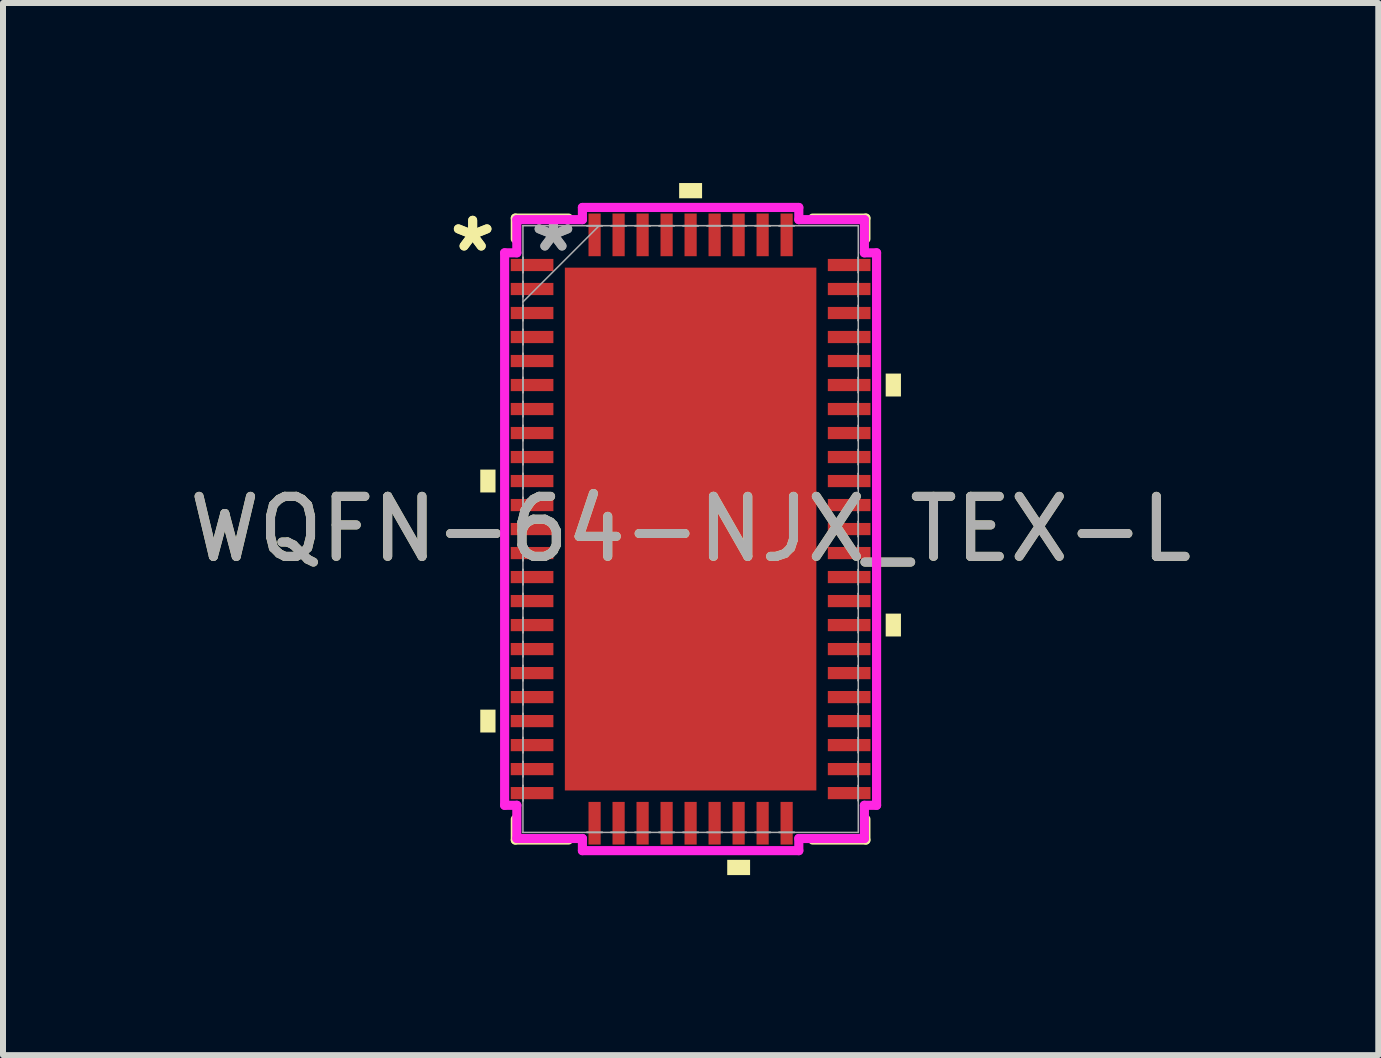
<source format=kicad_pcb>
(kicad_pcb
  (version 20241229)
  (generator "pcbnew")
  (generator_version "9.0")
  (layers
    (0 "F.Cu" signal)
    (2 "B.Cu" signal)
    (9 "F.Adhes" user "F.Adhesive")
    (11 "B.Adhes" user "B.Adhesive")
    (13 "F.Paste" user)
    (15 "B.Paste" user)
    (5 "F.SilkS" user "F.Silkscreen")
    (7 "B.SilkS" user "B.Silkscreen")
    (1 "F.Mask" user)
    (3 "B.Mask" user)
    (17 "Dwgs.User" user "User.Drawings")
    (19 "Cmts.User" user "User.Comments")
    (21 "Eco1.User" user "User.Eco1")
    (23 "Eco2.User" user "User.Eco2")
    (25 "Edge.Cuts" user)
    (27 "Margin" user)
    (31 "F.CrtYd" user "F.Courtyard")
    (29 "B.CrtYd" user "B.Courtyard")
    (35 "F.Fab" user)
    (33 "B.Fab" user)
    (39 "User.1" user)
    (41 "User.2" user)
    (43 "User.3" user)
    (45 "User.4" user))
  (footprint "WQFN-64-NJX_TEX-L"
    (layer "F.Cu")
    (at 8.458 5.766)
    (property "Reference" "WQFN-64-NJX_TEX-L" (at 0 0 0) (unlocked yes) (layer "F.SilkS") (effects (font (size 1 1) (thickness 0.15))))
    (attr smd)
    (fp_line (start -2.921 -5.182) (end -2.921 -4.834) (stroke (width 0.152) (type solid)) (layer "F.SilkS"))
    (fp_line (start -2.921 4.834) (end -2.921 5.182) (stroke (width 0.152) (type solid)) (layer "F.SilkS"))
    (fp_line (start -2.921 5.182) (end -2.034 5.182) (stroke (width 0.152) (type solid)) (layer "F.SilkS"))
    (fp_line (start -2.034 -5.182) (end -2.921 -5.182) (stroke (width 0.152) (type solid)) (layer "F.SilkS"))
    (fp_line (start 2.034 5.182) (end 2.921 5.182) (stroke (width 0.152) (type solid)) (layer "F.SilkS"))
    (fp_line (start 2.921 -5.182) (end 2.034 -5.182) (stroke (width 0.152) (type solid)) (layer "F.SilkS"))
    (fp_line (start 2.921 -4.834) (end 2.921 -5.182) (stroke (width 0.152) (type solid)) (layer "F.SilkS"))
    (fp_line (start 2.921 5.182) (end 2.921 4.834) (stroke (width 0.152) (type solid)) (layer "F.SilkS"))
    (fp_poly (pts (xy -3.505 -0.991) (xy -3.505 -0.61) (xy -3.251 -0.61) (xy -3.251 -0.991)) (stroke (width 0) (type solid)) (fill yes) (layer "F.SilkS"))
    (fp_poly (pts (xy -3.505 3.009) (xy -3.505 3.39) (xy -3.251 3.39) (xy -3.251 3.009)) (stroke (width 0) (type solid)) (fill yes) (layer "F.SilkS"))
    (fp_poly (pts (xy -0.191 -5.512) (xy -0.191 -5.766) (xy 0.191 -5.766) (xy 0.191 -5.512)) (stroke (width 0) (type solid)) (fill yes) (layer "F.SilkS"))
    (fp_poly (pts (xy 0.61 5.512) (xy 0.61 5.766) (xy 0.991 5.766) (xy 0.991 5.512)) (stroke (width 0) (type solid)) (fill yes) (layer "F.SilkS"))
    (fp_poly (pts (xy 3.505 -2.591) (xy 3.505 -2.209) (xy 3.251 -2.209) (xy 3.251 -2.591)) (stroke (width 0) (type solid)) (fill yes) (layer "F.SilkS"))
    (fp_poly (pts (xy 3.505 1.409) (xy 3.505 1.79) (xy 3.251 1.79) (xy 3.251 1.409)) (stroke (width 0) (type solid)) (fill yes) (layer "F.SilkS"))
    (fp_poly (pts (xy -1.996 -4.256) (xy -1.996 -3.004) (xy -0.798 -3.004) (xy -0.798 -4.256)) (stroke (width 0) (type solid)) (fill yes) (layer "F.Paste"))
    (fp_poly (pts (xy -1.996 -2.804) (xy -1.996 -1.552) (xy -0.798 -1.552) (xy -0.798 -2.804)) (stroke (width 0) (type solid)) (fill yes) (layer "F.Paste"))
    (fp_poly (pts (xy -1.996 -1.352) (xy -1.996 -0.1) (xy -0.798 -0.1) (xy -0.798 -1.352)) (stroke (width 0) (type solid)) (fill yes) (layer "F.Paste"))
    (fp_poly (pts (xy -1.996 0.1) (xy -1.996 1.352) (xy -0.798 1.352) (xy -0.798 0.1)) (stroke (width 0) (type solid)) (fill yes) (layer "F.Paste"))
    (fp_poly (pts (xy -1.996 1.552) (xy -1.996 2.804) (xy -0.798 2.804) (xy -0.798 1.552)) (stroke (width 0) (type solid)) (fill yes) (layer "F.Paste"))
    (fp_poly (pts (xy -1.996 3.004) (xy -1.996 4.256) (xy -0.798 4.256) (xy -0.798 3.004)) (stroke (width 0) (type solid)) (fill yes) (layer "F.Paste"))
    (fp_poly (pts (xy -0.599 -4.256) (xy -0.599 -3.004) (xy 0.599 -3.004) (xy 0.599 -4.256)) (stroke (width 0) (type solid)) (fill yes) (layer "F.Paste"))
    (fp_poly (pts (xy -0.599 -2.804) (xy -0.599 -1.552) (xy 0.599 -1.552) (xy 0.599 -2.804)) (stroke (width 0) (type solid)) (fill yes) (layer "F.Paste"))
    (fp_poly (pts (xy -0.599 -1.352) (xy -0.599 -0.1) (xy 0.599 -0.1) (xy 0.599 -1.352)) (stroke (width 0) (type solid)) (fill yes) (layer "F.Paste"))
    (fp_poly (pts (xy -0.599 0.1) (xy -0.599 1.352) (xy 0.599 1.352) (xy 0.599 0.1)) (stroke (width 0) (type solid)) (fill yes) (layer "F.Paste"))
    (fp_poly (pts (xy -0.599 1.552) (xy -0.599 2.804) (xy 0.599 2.804) (xy 0.599 1.552)) (stroke (width 0) (type solid)) (fill yes) (layer "F.Paste"))
    (fp_poly (pts (xy -0.599 3.004) (xy -0.599 4.256) (xy 0.599 4.256) (xy 0.599 3.004)) (stroke (width 0) (type solid)) (fill yes) (layer "F.Paste"))
    (fp_poly (pts (xy 0.798 -4.256) (xy 0.798 -3.004) (xy 1.996 -3.004) (xy 1.996 -4.256)) (stroke (width 0) (type solid)) (fill yes) (layer "F.Paste"))
    (fp_poly (pts (xy 0.798 -2.804) (xy 0.798 -1.552) (xy 1.996 -1.552) (xy 1.996 -2.804)) (stroke (width 0) (type solid)) (fill yes) (layer "F.Paste"))
    (fp_poly (pts (xy 0.798 -1.352) (xy 0.798 -0.1) (xy 1.996 -0.1) (xy 1.996 -1.352)) (stroke (width 0) (type solid)) (fill yes) (layer "F.Paste"))
    (fp_poly (pts (xy 0.798 0.1) (xy 0.798 1.352) (xy 1.996 1.352) (xy 1.996 0.1)) (stroke (width 0) (type solid)) (fill yes) (layer "F.Paste"))
    (fp_poly (pts (xy 0.798 1.552) (xy 0.798 2.804) (xy 1.996 2.804) (xy 1.996 1.552)) (stroke (width 0) (type solid)) (fill yes) (layer "F.Paste"))
    (fp_poly (pts (xy 0.798 3.004) (xy 0.798 4.256) (xy 1.996 4.256) (xy 1.996 3.004)) (stroke (width 0) (type solid)) (fill yes) (layer "F.Paste"))
    (fp_line (start -3.099 -4.603) (end -2.896 -4.603) (stroke (width 0.152) (type solid)) (layer "F.CrtYd"))
    (fp_line (start -3.099 4.603) (end -3.099 -4.603) (stroke (width 0.152) (type solid)) (layer "F.CrtYd"))
    (fp_line (start -2.896 -5.156) (end -1.803 -5.156) (stroke (width 0.152) (type solid)) (layer "F.CrtYd"))
    (fp_line (start -2.896 -4.603) (end -2.896 -5.156) (stroke (width 0.152) (type solid)) (layer "F.CrtYd"))
    (fp_line (start -2.896 4.603) (end -3.099 4.603) (stroke (width 0.152) (type solid)) (layer "F.CrtYd"))
    (fp_line (start -2.896 5.156) (end -2.896 4.603) (stroke (width 0.152) (type solid)) (layer "F.CrtYd"))
    (fp_line (start -1.803 -5.359) (end 1.803 -5.359) (stroke (width 0.152) (type solid)) (layer "F.CrtYd"))
    (fp_line (start -1.803 -5.156) (end -1.803 -5.359) (stroke (width 0.152) (type solid)) (layer "F.CrtYd"))
    (fp_line (start -1.803 5.156) (end -2.896 5.156) (stroke (width 0.152) (type solid)) (layer "F.CrtYd"))
    (fp_line (start -1.803 5.359) (end -1.803 5.156) (stroke (width 0.152) (type solid)) (layer "F.CrtYd"))
    (fp_line (start 1.803 -5.359) (end 1.803 -5.156) (stroke (width 0.152) (type solid)) (layer "F.CrtYd"))
    (fp_line (start 1.803 -5.156) (end 2.896 -5.156) (stroke (width 0.152) (type solid)) (layer "F.CrtYd"))
    (fp_line (start 1.803 5.156) (end 1.803 5.359) (stroke (width 0.152) (type solid)) (layer "F.CrtYd"))
    (fp_line (start 1.803 5.359) (end -1.803 5.359) (stroke (width 0.152) (type solid)) (layer "F.CrtYd"))
    (fp_line (start 2.896 -5.156) (end 2.896 -4.603) (stroke (width 0.152) (type solid)) (layer "F.CrtYd"))
    (fp_line (start 2.896 -4.603) (end 3.099 -4.603) (stroke (width 0.152) (type solid)) (layer "F.CrtYd"))
    (fp_line (start 2.896 4.603) (end 2.896 5.156) (stroke (width 0.152) (type solid)) (layer "F.CrtYd"))
    (fp_line (start 2.896 5.156) (end 1.803 5.156) (stroke (width 0.152) (type solid)) (layer "F.CrtYd"))
    (fp_line (start 3.099 -4.603) (end 3.099 4.603) (stroke (width 0.152) (type solid)) (layer "F.CrtYd"))
    (fp_line (start 3.099 4.603) (end 2.896 4.603) (stroke (width 0.152) (type solid)) (layer "F.CrtYd"))
    (fp_line (start -2.794 -5.055) (end -2.794 -5.055) (stroke (width 0.025) (type solid)) (layer "F.Fab"))
    (fp_line (start -2.794 -5.055) (end -2.794 5.055) (stroke (width 0.025) (type solid)) (layer "F.Fab"))
    (fp_line (start -2.794 -4.527) (end -2.794 -4.527) (stroke (width 0.025) (type solid)) (layer "F.Fab"))
    (fp_line (start -2.794 -4.527) (end -2.794 -4.273) (stroke (width 0.025) (type solid)) (layer "F.Fab"))
    (fp_line (start -2.794 -4.273) (end -2.794 -4.527) (stroke (width 0.025) (type solid)) (layer "F.Fab"))
    (fp_line (start -2.794 -4.273) (end -2.794 -4.273) (stroke (width 0.025) (type solid)) (layer "F.Fab"))
    (fp_line (start -2.794 -4.127) (end -2.794 -4.127) (stroke (width 0.025) (type solid)) (layer "F.Fab"))
    (fp_line (start -2.794 -4.127) (end -2.794 -3.873) (stroke (width 0.025) (type solid)) (layer "F.Fab"))
    (fp_line (start -2.794 -3.873) (end -2.794 -4.127) (stroke (width 0.025) (type solid)) (layer "F.Fab"))
    (fp_line (start -2.794 -3.873) (end -2.794 -3.873) (stroke (width 0.025) (type solid)) (layer "F.Fab"))
    (fp_line (start -2.794 -3.785) (end -1.524 -5.055) (stroke (width 0.025) (type solid)) (layer "F.Fab"))
    (fp_line (start -2.794 -3.727) (end -2.794 -3.727) (stroke (width 0.025) (type solid)) (layer "F.Fab"))
    (fp_line (start -2.794 -3.727) (end -2.794 -3.473) (stroke (width 0.025) (type solid)) (layer "F.Fab"))
    (fp_line (start -2.794 -3.473) (end -2.794 -3.727) (stroke (width 0.025) (type solid)) (layer "F.Fab"))
    (fp_line (start -2.794 -3.473) (end -2.794 -3.473) (stroke (width 0.025) (type solid)) (layer "F.Fab"))
    (fp_line (start -2.794 -3.327) (end -2.794 -3.327) (stroke (width 0.025) (type solid)) (layer "F.Fab"))
    (fp_line (start -2.794 -3.327) (end -2.794 -3.073) (stroke (width 0.025) (type solid)) (layer "F.Fab"))
    (fp_line (start -2.794 -3.073) (end -2.794 -3.327) (stroke (width 0.025) (type solid)) (layer "F.Fab"))
    (fp_line (start -2.794 -3.073) (end -2.794 -3.073) (stroke (width 0.025) (type solid)) (layer "F.Fab"))
    (fp_line (start -2.794 -2.927) (end -2.794 -2.927) (stroke (width 0.025) (type solid)) (layer "F.Fab"))
    (fp_line (start -2.794 -2.927) (end -2.794 -2.673) (stroke (width 0.025) (type solid)) (layer "F.Fab"))
    (fp_line (start -2.794 -2.673) (end -2.794 -2.927) (stroke (width 0.025) (type solid)) (layer "F.Fab"))
    (fp_line (start -2.794 -2.673) (end -2.794 -2.673) (stroke (width 0.025) (type solid)) (layer "F.Fab"))
    (fp_line (start -2.794 -2.527) (end -2.794 -2.527) (stroke (width 0.025) (type solid)) (layer "F.Fab"))
    (fp_line (start -2.794 -2.527) (end -2.794 -2.273) (stroke (width 0.025) (type solid)) (layer "F.Fab"))
    (fp_line (start -2.794 -2.273) (end -2.794 -2.527) (stroke (width 0.025) (type solid)) (layer "F.Fab"))
    (fp_line (start -2.794 -2.273) (end -2.794 -2.273) (stroke (width 0.025) (type solid)) (layer "F.Fab"))
    (fp_line (start -2.794 -2.127) (end -2.794 -2.127) (stroke (width 0.025) (type solid)) (layer "F.Fab"))
    (fp_line (start -2.794 -2.127) (end -2.794 -1.873) (stroke (width 0.025) (type solid)) (layer "F.Fab"))
    (fp_line (start -2.794 -1.873) (end -2.794 -2.127) (stroke (width 0.025) (type solid)) (layer "F.Fab"))
    (fp_line (start -2.794 -1.873) (end -2.794 -1.873) (stroke (width 0.025) (type solid)) (layer "F.Fab"))
    (fp_line (start -2.794 -1.727) (end -2.794 -1.727) (stroke (width 0.025) (type solid)) (layer "F.Fab"))
    (fp_line (start -2.794 -1.727) (end -2.794 -1.473) (stroke (width 0.025) (type solid)) (layer "F.Fab"))
    (fp_line (start -2.794 -1.473) (end -2.794 -1.727) (stroke (width 0.025) (type solid)) (layer "F.Fab"))
    (fp_line (start -2.794 -1.473) (end -2.794 -1.473) (stroke (width 0.025) (type solid)) (layer "F.Fab"))
    (fp_line (start -2.794 -1.327) (end -2.794 -1.327) (stroke (width 0.025) (type solid)) (layer "F.Fab"))
    (fp_line (start -2.794 -1.327) (end -2.794 -1.073) (stroke (width 0.025) (type solid)) (layer "F.Fab"))
    (fp_line (start -2.794 -1.073) (end -2.794 -1.327) (stroke (width 0.025) (type solid)) (layer "F.Fab"))
    (fp_line (start -2.794 -1.073) (end -2.794 -1.073) (stroke (width 0.025) (type solid)) (layer "F.Fab"))
    (fp_line (start -2.794 -0.927) (end -2.794 -0.927) (stroke (width 0.025) (type solid)) (layer "F.Fab"))
    (fp_line (start -2.794 -0.927) (end -2.794 -0.673) (stroke (width 0.025) (type solid)) (layer "F.Fab"))
    (fp_line (start -2.794 -0.673) (end -2.794 -0.927) (stroke (width 0.025) (type solid)) (layer "F.Fab"))
    (fp_line (start -2.794 -0.673) (end -2.794 -0.673) (stroke (width 0.025) (type solid)) (layer "F.Fab"))
    (fp_line (start -2.794 -0.527) (end -2.794 -0.527) (stroke (width 0.025) (type solid)) (layer "F.Fab"))
    (fp_line (start -2.794 -0.527) (end -2.794 -0.273) (stroke (width 0.025) (type solid)) (layer "F.Fab"))
    (fp_line (start -2.794 -0.273) (end -2.794 -0.527) (stroke (width 0.025) (type solid)) (layer "F.Fab"))
    (fp_line (start -2.794 -0.273) (end -2.794 -0.273) (stroke (width 0.025) (type solid)) (layer "F.Fab"))
    (fp_line (start -2.794 -0.127) (end -2.794 -0.127) (stroke (width 0.025) (type solid)) (layer "F.Fab"))
    (fp_line (start -2.794 -0.127) (end -2.794 0.127) (stroke (width 0.025) (type solid)) (layer "F.Fab"))
    (fp_line (start -2.794 0.127) (end -2.794 -0.127) (stroke (width 0.025) (type solid)) (layer "F.Fab"))
    (fp_line (start -2.794 0.127) (end -2.794 0.127) (stroke (width 0.025) (type solid)) (layer "F.Fab"))
    (fp_line (start -2.794 0.273) (end -2.794 0.273) (stroke (width 0.025) (type solid)) (layer "F.Fab"))
    (fp_line (start -2.794 0.273) (end -2.794 0.527) (stroke (width 0.025) (type solid)) (layer "F.Fab"))
    (fp_line (start -2.794 0.527) (end -2.794 0.273) (stroke (width 0.025) (type solid)) (layer "F.Fab"))
    (fp_line (start -2.794 0.527) (end -2.794 0.527) (stroke (width 0.025) (type solid)) (layer "F.Fab"))
    (fp_line (start -2.794 0.673) (end -2.794 0.673) (stroke (width 0.025) (type solid)) (layer "F.Fab"))
    (fp_line (start -2.794 0.673) (end -2.794 0.927) (stroke (width 0.025) (type solid)) (layer "F.Fab"))
    (fp_line (start -2.794 0.927) (end -2.794 0.673) (stroke (width 0.025) (type solid)) (layer "F.Fab"))
    (fp_line (start -2.794 0.927) (end -2.794 0.927) (stroke (width 0.025) (type solid)) (layer "F.Fab"))
    (fp_line (start -2.794 1.073) (end -2.794 1.073) (stroke (width 0.025) (type solid)) (layer "F.Fab"))
    (fp_line (start -2.794 1.073) (end -2.794 1.327) (stroke (width 0.025) (type solid)) (layer "F.Fab"))
    (fp_line (start -2.794 1.327) (end -2.794 1.073) (stroke (width 0.025) (type solid)) (layer "F.Fab"))
    (fp_line (start -2.794 1.327) (end -2.794 1.327) (stroke (width 0.025) (type solid)) (layer "F.Fab"))
    (fp_line (start -2.794 1.473) (end -2.794 1.473) (stroke (width 0.025) (type solid)) (layer "F.Fab"))
    (fp_line (start -2.794 1.473) (end -2.794 1.727) (stroke (width 0.025) (type solid)) (layer "F.Fab"))
    (fp_line (start -2.794 1.727) (end -2.794 1.473) (stroke (width 0.025) (type solid)) (layer "F.Fab"))
    (fp_line (start -2.794 1.727) (end -2.794 1.727) (stroke (width 0.025) (type solid)) (layer "F.Fab"))
    (fp_line (start -2.794 1.873) (end -2.794 1.873) (stroke (width 0.025) (type solid)) (layer "F.Fab"))
    (fp_line (start -2.794 1.873) (end -2.794 2.127) (stroke (width 0.025) (type solid)) (layer "F.Fab"))
    (fp_line (start -2.794 2.127) (end -2.794 1.873) (stroke (width 0.025) (type solid)) (layer "F.Fab"))
    (fp_line (start -2.794 2.127) (end -2.794 2.127) (stroke (width 0.025) (type solid)) (layer "F.Fab"))
    (fp_line (start -2.794 2.273) (end -2.794 2.273) (stroke (width 0.025) (type solid)) (layer "F.Fab"))
    (fp_line (start -2.794 2.273) (end -2.794 2.527) (stroke (width 0.025) (type solid)) (layer "F.Fab"))
    (fp_line (start -2.794 2.527) (end -2.794 2.273) (stroke (width 0.025) (type solid)) (layer "F.Fab"))
    (fp_line (start -2.794 2.527) (end -2.794 2.527) (stroke (width 0.025) (type solid)) (layer "F.Fab"))
    (fp_line (start -2.794 2.673) (end -2.794 2.673) (stroke (width 0.025) (type solid)) (layer "F.Fab"))
    (fp_line (start -2.794 2.673) (end -2.794 2.927) (stroke (width 0.025) (type solid)) (layer "F.Fab"))
    (fp_line (start -2.794 2.927) (end -2.794 2.673) (stroke (width 0.025) (type solid)) (layer "F.Fab"))
    (fp_line (start -2.794 2.927) (end -2.794 2.927) (stroke (width 0.025) (type solid)) (layer "F.Fab"))
    (fp_line (start -2.794 3.073) (end -2.794 3.073) (stroke (width 0.025) (type solid)) (layer "F.Fab"))
    (fp_line (start -2.794 3.073) (end -2.794 3.327) (stroke (width 0.025) (type solid)) (layer "F.Fab"))
    (fp_line (start -2.794 3.327) (end -2.794 3.073) (stroke (width 0.025) (type solid)) (layer "F.Fab"))
    (fp_line (start -2.794 3.327) (end -2.794 3.327) (stroke (width 0.025) (type solid)) (layer "F.Fab"))
    (fp_line (start -2.794 3.473) (end -2.794 3.473) (stroke (width 0.025) (type solid)) (layer "F.Fab"))
    (fp_line (start -2.794 3.473) (end -2.794 3.727) (stroke (width 0.025) (type solid)) (layer "F.Fab"))
    (fp_line (start -2.794 3.727) (end -2.794 3.473) (stroke (width 0.025) (type solid)) (layer "F.Fab"))
    (fp_line (start -2.794 3.727) (end -2.794 3.727) (stroke (width 0.025) (type solid)) (layer "F.Fab"))
    (fp_line (start -2.794 3.873) (end -2.794 3.873) (stroke (width 0.025) (type solid)) (layer "F.Fab"))
    (fp_line (start -2.794 3.873) (end -2.794 4.127) (stroke (width 0.025) (type solid)) (layer "F.Fab"))
    (fp_line (start -2.794 4.127) (end -2.794 3.873) (stroke (width 0.025) (type solid)) (layer "F.Fab"))
    (fp_line (start -2.794 4.127) (end -2.794 4.127) (stroke (width 0.025) (type solid)) (layer "F.Fab"))
    (fp_line (start -2.794 4.273) (end -2.794 4.273) (stroke (width 0.025) (type solid)) (layer "F.Fab"))
    (fp_line (start -2.794 4.273) (end -2.794 4.527) (stroke (width 0.025) (type solid)) (layer "F.Fab"))
    (fp_line (start -2.794 4.527) (end -2.794 4.273) (stroke (width 0.025) (type solid)) (layer "F.Fab"))
    (fp_line (start -2.794 4.527) (end -2.794 4.527) (stroke (width 0.025) (type solid)) (layer "F.Fab"))
    (fp_line (start -2.794 5.055) (end -2.794 5.055) (stroke (width 0.025) (type solid)) (layer "F.Fab"))
    (fp_line (start -2.794 5.055) (end 2.794 5.055) (stroke (width 0.025) (type solid)) (layer "F.Fab"))
    (fp_line (start -1.727 -5.055) (end -1.727 -5.055) (stroke (width 0.025) (type solid)) (layer "F.Fab"))
    (fp_line (start -1.727 -5.055) (end -1.473 -5.055) (stroke (width 0.025) (type solid)) (layer "F.Fab"))
    (fp_line (start -1.727 5.055) (end -1.727 5.055) (stroke (width 0.025) (type solid)) (layer "F.Fab"))
    (fp_line (start -1.727 5.055) (end -1.473 5.055) (stroke (width 0.025) (type solid)) (layer "F.Fab"))
    (fp_line (start -1.473 -5.055) (end -1.727 -5.055) (stroke (width 0.025) (type solid)) (layer "F.Fab"))
    (fp_line (start -1.473 -5.055) (end -1.473 -5.055) (stroke (width 0.025) (type solid)) (layer "F.Fab"))
    (fp_line (start -1.473 5.055) (end -1.727 5.055) (stroke (width 0.025) (type solid)) (layer "F.Fab"))
    (fp_line (start -1.473 5.055) (end -1.473 5.055) (stroke (width 0.025) (type solid)) (layer "F.Fab"))
    (fp_line (start -1.327 -5.055) (end -1.327 -5.055) (stroke (width 0.025) (type solid)) (layer "F.Fab"))
    (fp_line (start -1.327 -5.055) (end -1.073 -5.055) (stroke (width 0.025) (type solid)) (layer "F.Fab"))
    (fp_line (start -1.327 5.055) (end -1.327 5.055) (stroke (width 0.025) (type solid)) (layer "F.Fab"))
    (fp_line (start -1.327 5.055) (end -1.073 5.055) (stroke (width 0.025) (type solid)) (layer "F.Fab"))
    (fp_line (start -1.073 -5.055) (end -1.327 -5.055) (stroke (width 0.025) (type solid)) (layer "F.Fab"))
    (fp_line (start -1.073 -5.055) (end -1.073 -5.055) (stroke (width 0.025) (type solid)) (layer "F.Fab"))
    (fp_line (start -1.073 5.055) (end -1.327 5.055) (stroke (width 0.025) (type solid)) (layer "F.Fab"))
    (fp_line (start -1.073 5.055) (end -1.073 5.055) (stroke (width 0.025) (type solid)) (layer "F.Fab"))
    (fp_line (start -0.927 -5.055) (end -0.927 -5.055) (stroke (width 0.025) (type solid)) (layer "F.Fab"))
    (fp_line (start -0.927 -5.055) (end -0.673 -5.055) (stroke (width 0.025) (type solid)) (layer "F.Fab"))
    (fp_line (start -0.927 5.055) (end -0.927 5.055) (stroke (width 0.025) (type solid)) (layer "F.Fab"))
    (fp_line (start -0.927 5.055) (end -0.673 5.055) (stroke (width 0.025) (type solid)) (layer "F.Fab"))
    (fp_line (start -0.673 -5.055) (end -0.927 -5.055) (stroke (width 0.025) (type solid)) (layer "F.Fab"))
    (fp_line (start -0.673 -5.055) (end -0.673 -5.055) (stroke (width 0.025) (type solid)) (layer "F.Fab"))
    (fp_line (start -0.673 5.055) (end -0.927 5.055) (stroke (width 0.025) (type solid)) (layer "F.Fab"))
    (fp_line (start -0.673 5.055) (end -0.673 5.055) (stroke (width 0.025) (type solid)) (layer "F.Fab"))
    (fp_line (start -0.527 -5.055) (end -0.527 -5.055) (stroke (width 0.025) (type solid)) (layer "F.Fab"))
    (fp_line (start -0.527 -5.055) (end -0.273 -5.055) (stroke (width 0.025) (type solid)) (layer "F.Fab"))
    (fp_line (start -0.527 5.055) (end -0.527 5.055) (stroke (width 0.025) (type solid)) (layer "F.Fab"))
    (fp_line (start -0.527 5.055) (end -0.273 5.055) (stroke (width 0.025) (type solid)) (layer "F.Fab"))
    (fp_line (start -0.273 -5.055) (end -0.527 -5.055) (stroke (width 0.025) (type solid)) (layer "F.Fab"))
    (fp_line (start -0.273 -5.055) (end -0.273 -5.055) (stroke (width 0.025) (type solid)) (layer "F.Fab"))
    (fp_line (start -0.273 5.055) (end -0.527 5.055) (stroke (width 0.025) (type solid)) (layer "F.Fab"))
    (fp_line (start -0.273 5.055) (end -0.273 5.055) (stroke (width 0.025) (type solid)) (layer "F.Fab"))
    (fp_line (start -0.127 -5.055) (end -0.127 -5.055) (stroke (width 0.025) (type solid)) (layer "F.Fab"))
    (fp_line (start -0.127 -5.055) (end 0.127 -5.055) (stroke (width 0.025) (type solid)) (layer "F.Fab"))
    (fp_line (start -0.127 5.055) (end -0.127 5.055) (stroke (width 0.025) (type solid)) (layer "F.Fab"))
    (fp_line (start -0.127 5.055) (end 0.127 5.055) (stroke (width 0.025) (type solid)) (layer "F.Fab"))
    (fp_line (start 0.127 -5.055) (end -0.127 -5.055) (stroke (width 0.025) (type solid)) (layer "F.Fab"))
    (fp_line (start 0.127 -5.055) (end 0.127 -5.055) (stroke (width 0.025) (type solid)) (layer "F.Fab"))
    (fp_line (start 0.127 5.055) (end -0.127 5.055) (stroke (width 0.025) (type solid)) (layer "F.Fab"))
    (fp_line (start 0.127 5.055) (end 0.127 5.055) (stroke (width 0.025) (type solid)) (layer "F.Fab"))
    (fp_line (start 0.273 -5.055) (end 0.273 -5.055) (stroke (width 0.025) (type solid)) (layer "F.Fab"))
    (fp_line (start 0.273 -5.055) (end 0.527 -5.055) (stroke (width 0.025) (type solid)) (layer "F.Fab"))
    (fp_line (start 0.273 5.055) (end 0.273 5.055) (stroke (width 0.025) (type solid)) (layer "F.Fab"))
    (fp_line (start 0.273 5.055) (end 0.527 5.055) (stroke (width 0.025) (type solid)) (layer "F.Fab"))
    (fp_line (start 0.527 -5.055) (end 0.273 -5.055) (stroke (width 0.025) (type solid)) (layer "F.Fab"))
    (fp_line (start 0.527 -5.055) (end 0.527 -5.055) (stroke (width 0.025) (type solid)) (layer "F.Fab"))
    (fp_line (start 0.527 5.055) (end 0.273 5.055) (stroke (width 0.025) (type solid)) (layer "F.Fab"))
    (fp_line (start 0.527 5.055) (end 0.527 5.055) (stroke (width 0.025) (type solid)) (layer "F.Fab"))
    (fp_line (start 0.673 -5.055) (end 0.673 -5.055) (stroke (width 0.025) (type solid)) (layer "F.Fab"))
    (fp_line (start 0.673 -5.055) (end 0.927 -5.055) (stroke (width 0.025) (type solid)) (layer "F.Fab"))
    (fp_line (start 0.673 5.055) (end 0.673 5.055) (stroke (width 0.025) (type solid)) (layer "F.Fab"))
    (fp_line (start 0.673 5.055) (end 0.927 5.055) (stroke (width 0.025) (type solid)) (layer "F.Fab"))
    (fp_line (start 0.927 -5.055) (end 0.673 -5.055) (stroke (width 0.025) (type solid)) (layer "F.Fab"))
    (fp_line (start 0.927 -5.055) (end 0.927 -5.055) (stroke (width 0.025) (type solid)) (layer "F.Fab"))
    (fp_line (start 0.927 5.055) (end 0.673 5.055) (stroke (width 0.025) (type solid)) (layer "F.Fab"))
    (fp_line (start 0.927 5.055) (end 0.927 5.055) (stroke (width 0.025) (type solid)) (layer "F.Fab"))
    (fp_line (start 1.073 -5.055) (end 1.073 -5.055) (stroke (width 0.025) (type solid)) (layer "F.Fab"))
    (fp_line (start 1.073 -5.055) (end 1.327 -5.055) (stroke (width 0.025) (type solid)) (layer "F.Fab"))
    (fp_line (start 1.073 5.055) (end 1.073 5.055) (stroke (width 0.025) (type solid)) (layer "F.Fab"))
    (fp_line (start 1.073 5.055) (end 1.327 5.055) (stroke (width 0.025) (type solid)) (layer "F.Fab"))
    (fp_line (start 1.327 -5.055) (end 1.073 -5.055) (stroke (width 0.025) (type solid)) (layer "F.Fab"))
    (fp_line (start 1.327 -5.055) (end 1.327 -5.055) (stroke (width 0.025) (type solid)) (layer "F.Fab"))
    (fp_line (start 1.327 5.055) (end 1.073 5.055) (stroke (width 0.025) (type solid)) (layer "F.Fab"))
    (fp_line (start 1.327 5.055) (end 1.327 5.055) (stroke (width 0.025) (type solid)) (layer "F.Fab"))
    (fp_line (start 1.473 -5.055) (end 1.473 -5.055) (stroke (width 0.025) (type solid)) (layer "F.Fab"))
    (fp_line (start 1.473 -5.055) (end 1.727 -5.055) (stroke (width 0.025) (type solid)) (layer "F.Fab"))
    (fp_line (start 1.473 5.055) (end 1.473 5.055) (stroke (width 0.025) (type solid)) (layer "F.Fab"))
    (fp_line (start 1.473 5.055) (end 1.727 5.055) (stroke (width 0.025) (type solid)) (layer "F.Fab"))
    (fp_line (start 1.727 -5.055) (end 1.473 -5.055) (stroke (width 0.025) (type solid)) (layer "F.Fab"))
    (fp_line (start 1.727 -5.055) (end 1.727 -5.055) (stroke (width 0.025) (type solid)) (layer "F.Fab"))
    (fp_line (start 1.727 5.055) (end 1.473 5.055) (stroke (width 0.025) (type solid)) (layer "F.Fab"))
    (fp_line (start 1.727 5.055) (end 1.727 5.055) (stroke (width 0.025) (type solid)) (layer "F.Fab"))
    (fp_line (start 2.794 -5.055) (end -2.794 -5.055) (stroke (width 0.025) (type solid)) (layer "F.Fab"))
    (fp_line (start 2.794 -5.055) (end 2.794 -5.055) (stroke (width 0.025) (type solid)) (layer "F.Fab"))
    (fp_line (start 2.794 -4.527) (end 2.794 -4.527) (stroke (width 0.025) (type solid)) (layer "F.Fab"))
    (fp_line (start 2.794 -4.527) (end 2.794 -4.273) (stroke (width 0.025) (type solid)) (layer "F.Fab"))
    (fp_line (start 2.794 -4.273) (end 2.794 -4.527) (stroke (width 0.025) (type solid)) (layer "F.Fab"))
    (fp_line (start 2.794 -4.273) (end 2.794 -4.273) (stroke (width 0.025) (type solid)) (layer "F.Fab"))
    (fp_line (start 2.794 -4.127) (end 2.794 -4.127) (stroke (width 0.025) (type solid)) (layer "F.Fab"))
    (fp_line (start 2.794 -4.127) (end 2.794 -3.873) (stroke (width 0.025) (type solid)) (layer "F.Fab"))
    (fp_line (start 2.794 -3.873) (end 2.794 -4.127) (stroke (width 0.025) (type solid)) (layer "F.Fab"))
    (fp_line (start 2.794 -3.873) (end 2.794 -3.873) (stroke (width 0.025) (type solid)) (layer "F.Fab"))
    (fp_line (start 2.794 -3.727) (end 2.794 -3.727) (stroke (width 0.025) (type solid)) (layer "F.Fab"))
    (fp_line (start 2.794 -3.727) (end 2.794 -3.473) (stroke (width 0.025) (type solid)) (layer "F.Fab"))
    (fp_line (start 2.794 -3.473) (end 2.794 -3.727) (stroke (width 0.025) (type solid)) (layer "F.Fab"))
    (fp_line (start 2.794 -3.473) (end 2.794 -3.473) (stroke (width 0.025) (type solid)) (layer "F.Fab"))
    (fp_line (start 2.794 -3.327) (end 2.794 -3.327) (stroke (width 0.025) (type solid)) (layer "F.Fab"))
    (fp_line (start 2.794 -3.327) (end 2.794 -3.073) (stroke (width 0.025) (type solid)) (layer "F.Fab"))
    (fp_line (start 2.794 -3.073) (end 2.794 -3.327) (stroke (width 0.025) (type solid)) (layer "F.Fab"))
    (fp_line (start 2.794 -3.073) (end 2.794 -3.073) (stroke (width 0.025) (type solid)) (layer "F.Fab"))
    (fp_line (start 2.794 -2.927) (end 2.794 -2.927) (stroke (width 0.025) (type solid)) (layer "F.Fab"))
    (fp_line (start 2.794 -2.927) (end 2.794 -2.673) (stroke (width 0.025) (type solid)) (layer "F.Fab"))
    (fp_line (start 2.794 -2.673) (end 2.794 -2.927) (stroke (width 0.025) (type solid)) (layer "F.Fab"))
    (fp_line (start 2.794 -2.673) (end 2.794 -2.673) (stroke (width 0.025) (type solid)) (layer "F.Fab"))
    (fp_line (start 2.794 -2.527) (end 2.794 -2.527) (stroke (width 0.025) (type solid)) (layer "F.Fab"))
    (fp_line (start 2.794 -2.527) (end 2.794 -2.273) (stroke (width 0.025) (type solid)) (layer "F.Fab"))
    (fp_line (start 2.794 -2.273) (end 2.794 -2.527) (stroke (width 0.025) (type solid)) (layer "F.Fab"))
    (fp_line (start 2.794 -2.273) (end 2.794 -2.273) (stroke (width 0.025) (type solid)) (layer "F.Fab"))
    (fp_line (start 2.794 -2.127) (end 2.794 -2.127) (stroke (width 0.025) (type solid)) (layer "F.Fab"))
    (fp_line (start 2.794 -2.127) (end 2.794 -1.873) (stroke (width 0.025) (type solid)) (layer "F.Fab"))
    (fp_line (start 2.794 -1.873) (end 2.794 -2.127) (stroke (width 0.025) (type solid)) (layer "F.Fab"))
    (fp_line (start 2.794 -1.873) (end 2.794 -1.873) (stroke (width 0.025) (type solid)) (layer "F.Fab"))
    (fp_line (start 2.794 -1.727) (end 2.794 -1.727) (stroke (width 0.025) (type solid)) (layer "F.Fab"))
    (fp_line (start 2.794 -1.727) (end 2.794 -1.473) (stroke (width 0.025) (type solid)) (layer "F.Fab"))
    (fp_line (start 2.794 -1.473) (end 2.794 -1.727) (stroke (width 0.025) (type solid)) (layer "F.Fab"))
    (fp_line (start 2.794 -1.473) (end 2.794 -1.473) (stroke (width 0.025) (type solid)) (layer "F.Fab"))
    (fp_line (start 2.794 -1.327) (end 2.794 -1.327) (stroke (width 0.025) (type solid)) (layer "F.Fab"))
    (fp_line (start 2.794 -1.327) (end 2.794 -1.073) (stroke (width 0.025) (type solid)) (layer "F.Fab"))
    (fp_line (start 2.794 -1.073) (end 2.794 -1.327) (stroke (width 0.025) (type solid)) (layer "F.Fab"))
    (fp_line (start 2.794 -1.073) (end 2.794 -1.073) (stroke (width 0.025) (type solid)) (layer "F.Fab"))
    (fp_line (start 2.794 -0.927) (end 2.794 -0.927) (stroke (width 0.025) (type solid)) (layer "F.Fab"))
    (fp_line (start 2.794 -0.927) (end 2.794 -0.673) (stroke (width 0.025) (type solid)) (layer "F.Fab"))
    (fp_line (start 2.794 -0.673) (end 2.794 -0.927) (stroke (width 0.025) (type solid)) (layer "F.Fab"))
    (fp_line (start 2.794 -0.673) (end 2.794 -0.673) (stroke (width 0.025) (type solid)) (layer "F.Fab"))
    (fp_line (start 2.794 -0.527) (end 2.794 -0.527) (stroke (width 0.025) (type solid)) (layer "F.Fab"))
    (fp_line (start 2.794 -0.527) (end 2.794 -0.273) (stroke (width 0.025) (type solid)) (layer "F.Fab"))
    (fp_line (start 2.794 -0.273) (end 2.794 -0.527) (stroke (width 0.025) (type solid)) (layer "F.Fab"))
    (fp_line (start 2.794 -0.273) (end 2.794 -0.273) (stroke (width 0.025) (type solid)) (layer "F.Fab"))
    (fp_line (start 2.794 -0.127) (end 2.794 -0.127) (stroke (width 0.025) (type solid)) (layer "F.Fab"))
    (fp_line (start 2.794 -0.127) (end 2.794 0.127) (stroke (width 0.025) (type solid)) (layer "F.Fab"))
    (fp_line (start 2.794 0.127) (end 2.794 -0.127) (stroke (width 0.025) (type solid)) (layer "F.Fab"))
    (fp_line (start 2.794 0.127) (end 2.794 0.127) (stroke (width 0.025) (type solid)) (layer "F.Fab"))
    (fp_line (start 2.794 0.273) (end 2.794 0.273) (stroke (width 0.025) (type solid)) (layer "F.Fab"))
    (fp_line (start 2.794 0.273) (end 2.794 0.527) (stroke (width 0.025) (type solid)) (layer "F.Fab"))
    (fp_line (start 2.794 0.527) (end 2.794 0.273) (stroke (width 0.025) (type solid)) (layer "F.Fab"))
    (fp_line (start 2.794 0.527) (end 2.794 0.527) (stroke (width 0.025) (type solid)) (layer "F.Fab"))
    (fp_line (start 2.794 0.673) (end 2.794 0.673) (stroke (width 0.025) (type solid)) (layer "F.Fab"))
    (fp_line (start 2.794 0.673) (end 2.794 0.927) (stroke (width 0.025) (type solid)) (layer "F.Fab"))
    (fp_line (start 2.794 0.927) (end 2.794 0.673) (stroke (width 0.025) (type solid)) (layer "F.Fab"))
    (fp_line (start 2.794 0.927) (end 2.794 0.927) (stroke (width 0.025) (type solid)) (layer "F.Fab"))
    (fp_line (start 2.794 1.073) (end 2.794 1.073) (stroke (width 0.025) (type solid)) (layer "F.Fab"))
    (fp_line (start 2.794 1.073) (end 2.794 1.327) (stroke (width 0.025) (type solid)) (layer "F.Fab"))
    (fp_line (start 2.794 1.327) (end 2.794 1.073) (stroke (width 0.025) (type solid)) (layer "F.Fab"))
    (fp_line (start 2.794 1.327) (end 2.794 1.327) (stroke (width 0.025) (type solid)) (layer "F.Fab"))
    (fp_line (start 2.794 1.473) (end 2.794 1.473) (stroke (width 0.025) (type solid)) (layer "F.Fab"))
    (fp_line (start 2.794 1.473) (end 2.794 1.727) (stroke (width 0.025) (type solid)) (layer "F.Fab"))
    (fp_line (start 2.794 1.727) (end 2.794 1.473) (stroke (width 0.025) (type solid)) (layer "F.Fab"))
    (fp_line (start 2.794 1.727) (end 2.794 1.727) (stroke (width 0.025) (type solid)) (layer "F.Fab"))
    (fp_line (start 2.794 1.873) (end 2.794 1.873) (stroke (width 0.025) (type solid)) (layer "F.Fab"))
    (fp_line (start 2.794 1.873) (end 2.794 2.127) (stroke (width 0.025) (type solid)) (layer "F.Fab"))
    (fp_line (start 2.794 2.127) (end 2.794 1.873) (stroke (width 0.025) (type solid)) (layer "F.Fab"))
    (fp_line (start 2.794 2.127) (end 2.794 2.127) (stroke (width 0.025) (type solid)) (layer "F.Fab"))
    (fp_line (start 2.794 2.273) (end 2.794 2.273) (stroke (width 0.025) (type solid)) (layer "F.Fab"))
    (fp_line (start 2.794 2.273) (end 2.794 2.527) (stroke (width 0.025) (type solid)) (layer "F.Fab"))
    (fp_line (start 2.794 2.527) (end 2.794 2.273) (stroke (width 0.025) (type solid)) (layer "F.Fab"))
    (fp_line (start 2.794 2.527) (end 2.794 2.527) (stroke (width 0.025) (type solid)) (layer "F.Fab"))
    (fp_line (start 2.794 2.673) (end 2.794 2.673) (stroke (width 0.025) (type solid)) (layer "F.Fab"))
    (fp_line (start 2.794 2.673) (end 2.794 2.927) (stroke (width 0.025) (type solid)) (layer "F.Fab"))
    (fp_line (start 2.794 2.927) (end 2.794 2.673) (stroke (width 0.025) (type solid)) (layer "F.Fab"))
    (fp_line (start 2.794 2.927) (end 2.794 2.927) (stroke (width 0.025) (type solid)) (layer "F.Fab"))
    (fp_line (start 2.794 3.073) (end 2.794 3.073) (stroke (width 0.025) (type solid)) (layer "F.Fab"))
    (fp_line (start 2.794 3.073) (end 2.794 3.327) (stroke (width 0.025) (type solid)) (layer "F.Fab"))
    (fp_line (start 2.794 3.327) (end 2.794 3.073) (stroke (width 0.025) (type solid)) (layer "F.Fab"))
    (fp_line (start 2.794 3.327) (end 2.794 3.327) (stroke (width 0.025) (type solid)) (layer "F.Fab"))
    (fp_line (start 2.794 3.473) (end 2.794 3.473) (stroke (width 0.025) (type solid)) (layer "F.Fab"))
    (fp_line (start 2.794 3.473) (end 2.794 3.727) (stroke (width 0.025) (type solid)) (layer "F.Fab"))
    (fp_line (start 2.794 3.727) (end 2.794 3.473) (stroke (width 0.025) (type solid)) (layer "F.Fab"))
    (fp_line (start 2.794 3.727) (end 2.794 3.727) (stroke (width 0.025) (type solid)) (layer "F.Fab"))
    (fp_line (start 2.794 3.873) (end 2.794 3.873) (stroke (width 0.025) (type solid)) (layer "F.Fab"))
    (fp_line (start 2.794 3.873) (end 2.794 4.127) (stroke (width 0.025) (type solid)) (layer "F.Fab"))
    (fp_line (start 2.794 4.127) (end 2.794 3.873) (stroke (width 0.025) (type solid)) (layer "F.Fab"))
    (fp_line (start 2.794 4.127) (end 2.794 4.127) (stroke (width 0.025) (type solid)) (layer "F.Fab"))
    (fp_line (start 2.794 4.273) (end 2.794 4.273) (stroke (width 0.025) (type solid)) (layer "F.Fab"))
    (fp_line (start 2.794 4.273) (end 2.794 4.527) (stroke (width 0.025) (type solid)) (layer "F.Fab"))
    (fp_line (start 2.794 4.527) (end 2.794 4.273) (stroke (width 0.025) (type solid)) (layer "F.Fab"))
    (fp_line (start 2.794 4.527) (end 2.794 4.527) (stroke (width 0.025) (type solid)) (layer "F.Fab"))
    (fp_line (start 2.794 5.055) (end 2.794 -5.055) (stroke (width 0.025) (type solid)) (layer "F.Fab"))
    (fp_line (start 2.794 5.055) (end 2.794 5.055) (stroke (width 0.025) (type solid)) (layer "F.Fab"))
    (fp_text user "*" (at -3.632 -4.6 0) (unlocked yes) (layer "F.SilkS") (effects (font (size 1 1) (thickness 0.15))))
    (fp_text user "*" (at -3.632 -4.6 0) (layer "F.SilkS") (effects (font (size 1 1) (thickness 0.15))))
    (fp_text user "*" (at -2.286 -4.6 0) (layer "F.Fab") (effects (font (size 1 1) (thickness 0.15))))
    (fp_text user "${REFERENCE}" (at 0 0 0) (unlocked yes) (layer "F.Fab") (effects (font (size 1 1) (thickness 0.15))))
    (fp_text user "*" (at -2.286 -4.6 0) (unlocked yes) (layer "F.Fab") (effects (font (size 1 1) (thickness 0.15))))
    (pad "1" smd rect (at -2.642 -4.4 90) (size 0.203 0.711) (layers "F.Cu" "F.Mask" "F.Paste"))
    (pad "2" smd rect (at -2.642 -4 90) (size 0.203 0.711) (layers "F.Cu" "F.Mask" "F.Paste"))
    (pad "3" smd rect (at -2.642 -3.6 90) (size 0.203 0.711) (layers "F.Cu" "F.Mask" "F.Paste"))
    (pad "4" smd rect (at -2.642 -3.2 90) (size 0.203 0.711) (layers "F.Cu" "F.Mask" "F.Paste"))
    (pad "5" smd rect (at -2.642 -2.8 90) (size 0.203 0.711) (layers "F.Cu" "F.Mask" "F.Paste"))
    (pad "6" smd rect (at -2.642 -2.4 90) (size 0.203 0.711) (layers "F.Cu" "F.Mask" "F.Paste"))
    (pad "7" smd rect (at -2.642 -2 90) (size 0.203 0.711) (layers "F.Cu" "F.Mask" "F.Paste"))
    (pad "8" smd rect (at -2.642 -1.6 90) (size 0.203 0.711) (layers "F.Cu" "F.Mask" "F.Paste"))
    (pad "9" smd rect (at -2.642 -1.2 90) (size 0.203 0.711) (layers "F.Cu" "F.Mask" "F.Paste"))
    (pad "10" smd rect (at -2.642 -0.8 90) (size 0.203 0.711) (layers "F.Cu" "F.Mask" "F.Paste"))
    (pad "11" smd rect (at -2.642 -0.4 90) (size 0.203 0.711) (layers "F.Cu" "F.Mask" "F.Paste"))
    (pad "12" smd rect (at -2.642 0 90) (size 0.203 0.711) (layers "F.Cu" "F.Mask" "F.Paste"))
    (pad "13" smd rect (at -2.642 0.4 90) (size 0.203 0.711) (layers "F.Cu" "F.Mask" "F.Paste"))
    (pad "14" smd rect (at -2.642 0.8 90) (size 0.203 0.711) (layers "F.Cu" "F.Mask" "F.Paste"))
    (pad "15" smd rect (at -2.642 1.2 90) (size 0.203 0.711) (layers "F.Cu" "F.Mask" "F.Paste"))
    (pad "16" smd rect (at -2.642 1.6 90) (size 0.203 0.711) (layers "F.Cu" "F.Mask" "F.Paste"))
    (pad "17" smd rect (at -2.642 2 90) (size 0.203 0.711) (layers "F.Cu" "F.Mask" "F.Paste"))
    (pad "18" smd rect (at -2.642 2.4 90) (size 0.203 0.711) (layers "F.Cu" "F.Mask" "F.Paste"))
    (pad "19" smd rect (at -2.642 2.8 90) (size 0.203 0.711) (layers "F.Cu" "F.Mask" "F.Paste"))
    (pad "20" smd rect (at -2.642 3.2 90) (size 0.203 0.711) (layers "F.Cu" "F.Mask" "F.Paste"))
    (pad "21" smd rect (at -2.642 3.6 90) (size 0.203 0.711) (layers "F.Cu" "F.Mask" "F.Paste"))
    (pad "22" smd rect (at -2.642 4 90) (size 0.203 0.711) (layers "F.Cu" "F.Mask" "F.Paste"))
    (pad "23" smd rect (at -2.642 4.4 90) (size 0.203 0.711) (layers "F.Cu" "F.Mask" "F.Paste"))
    (pad "24" smd rect (at -1.6 4.902) (size 0.203 0.711) (layers "F.Cu" "F.Mask" "F.Paste"))
    (pad "25" smd rect (at -1.2 4.902) (size 0.203 0.711) (layers "F.Cu" "F.Mask" "F.Paste"))
    (pad "26" smd rect (at -0.8 4.902) (size 0.203 0.711) (layers "F.Cu" "F.Mask" "F.Paste"))
    (pad "27" smd rect (at -0.4 4.902) (size 0.203 0.711) (layers "F.Cu" "F.Mask" "F.Paste"))
    (pad "28" smd rect (at 0 4.902) (size 0.203 0.711) (layers "F.Cu" "F.Mask" "F.Paste"))
    (pad "29" smd rect (at 0.4 4.902) (size 0.203 0.711) (layers "F.Cu" "F.Mask" "F.Paste"))
    (pad "30" smd rect (at 0.8 4.902) (size 0.203 0.711) (layers "F.Cu" "F.Mask" "F.Paste"))
    (pad "31" smd rect (at 1.2 4.902) (size 0.203 0.711) (layers "F.Cu" "F.Mask" "F.Paste"))
    (pad "32" smd rect (at 1.6 4.902) (size 0.203 0.711) (layers "F.Cu" "F.Mask" "F.Paste"))
    (pad "33" smd rect (at 2.642 4.4 90) (size 0.203 0.711) (layers "F.Cu" "F.Mask" "F.Paste"))
    (pad "34" smd rect (at 2.642 4 90) (size 0.203 0.711) (layers "F.Cu" "F.Mask" "F.Paste"))
    (pad "35" smd rect (at 2.642 3.6 90) (size 0.203 0.711) (layers "F.Cu" "F.Mask" "F.Paste"))
    (pad "36" smd rect (at 2.642 3.2 90) (size 0.203 0.711) (layers "F.Cu" "F.Mask" "F.Paste"))
    (pad "37" smd rect (at 2.642 2.8 90) (size 0.203 0.711) (layers "F.Cu" "F.Mask" "F.Paste"))
    (pad "38" smd rect (at 2.642 2.4 90) (size 0.203 0.711) (layers "F.Cu" "F.Mask" "F.Paste"))
    (pad "39" smd rect (at 2.642 2 90) (size 0.203 0.711) (layers "F.Cu" "F.Mask" "F.Paste"))
    (pad "40" smd rect (at 2.642 1.6 90) (size 0.203 0.711) (layers "F.Cu" "F.Mask" "F.Paste"))
    (pad "41" smd rect (at 2.642 1.2 90) (size 0.203 0.711) (layers "F.Cu" "F.Mask" "F.Paste"))
    (pad "42" smd rect (at 2.642 0.8 90) (size 0.203 0.711) (layers "F.Cu" "F.Mask" "F.Paste"))
    (pad "43" smd rect (at 2.642 0.4 90) (size 0.203 0.711) (layers "F.Cu" "F.Mask" "F.Paste"))
    (pad "44" smd rect (at 2.642 0 90) (size 0.203 0.711) (layers "F.Cu" "F.Mask" "F.Paste"))
    (pad "45" smd rect (at 2.642 -0.4 90) (size 0.203 0.711) (layers "F.Cu" "F.Mask" "F.Paste"))
    (pad "46" smd rect (at 2.642 -0.8 90) (size 0.203 0.711) (layers "F.Cu" "F.Mask" "F.Paste"))
    (pad "47" smd rect (at 2.642 -1.2 90) (size 0.203 0.711) (layers "F.Cu" "F.Mask" "F.Paste"))
    (pad "48" smd rect (at 2.642 -1.6 90) (size 0.203 0.711) (layers "F.Cu" "F.Mask" "F.Paste"))
    (pad "49" smd rect (at 2.642 -2 90) (size 0.203 0.711) (layers "F.Cu" "F.Mask" "F.Paste"))
    (pad "50" smd rect (at 2.642 -2.4 90) (size 0.203 0.711) (layers "F.Cu" "F.Mask" "F.Paste"))
    (pad "51" smd rect (at 2.642 -2.8 90) (size 0.203 0.711) (layers "F.Cu" "F.Mask" "F.Paste"))
    (pad "52" smd rect (at 2.642 -3.2 90) (size 0.203 0.711) (layers "F.Cu" "F.Mask" "F.Paste"))
    (pad "53" smd rect (at 2.642 -3.6 90) (size 0.203 0.711) (layers "F.Cu" "F.Mask" "F.Paste"))
    (pad "54" smd rect (at 2.642 -4 90) (size 0.203 0.711) (layers "F.Cu" "F.Mask" "F.Paste"))
    (pad "55" smd rect (at 2.642 -4.4 90) (size 0.203 0.711) (layers "F.Cu" "F.Mask" "F.Paste"))
    (pad "56" smd rect (at 1.6 -4.902) (size 0.203 0.711) (layers "F.Cu" "F.Mask" "F.Paste"))
    (pad "57" smd rect (at 1.2 -4.902) (size 0.203 0.711) (layers "F.Cu" "F.Mask" "F.Paste"))
    (pad "58" smd rect (at 0.8 -4.902) (size 0.203 0.711) (layers "F.Cu" "F.Mask" "F.Paste"))
    (pad "59" smd rect (at 0.4 -4.902) (size 0.203 0.711) (layers "F.Cu" "F.Mask" "F.Paste"))
    (pad "60" smd rect (at 0 -4.902) (size 0.203 0.711) (layers "F.Cu" "F.Mask" "F.Paste"))
    (pad "61" smd rect (at -0.4 -4.902) (size 0.203 0.711) (layers "F.Cu" "F.Mask" "F.Paste"))
    (pad "62" smd rect (at -0.8 -4.902) (size 0.203 0.711) (layers "F.Cu" "F.Mask" "F.Paste"))
    (pad "63" smd rect (at -1.2 -4.902) (size 0.203 0.711) (layers "F.Cu" "F.Mask" "F.Paste"))
    (pad "64" smd rect (at -1.6 -4.902) (size 0.203 0.711) (layers "F.Cu" "F.Mask" "F.Paste"))
    (pad "65" smd rect (at 0 0) (size 4.191 8.712) (layers "F.Cu" "F.Mask" "F.Paste")))
  (gr_rect
    (start -3 -3)
    (end 19.917 14.532)
    (stroke (width 0.1) (type default))
    (fill no)
    (layer "Edge.Cuts")))
</source>
